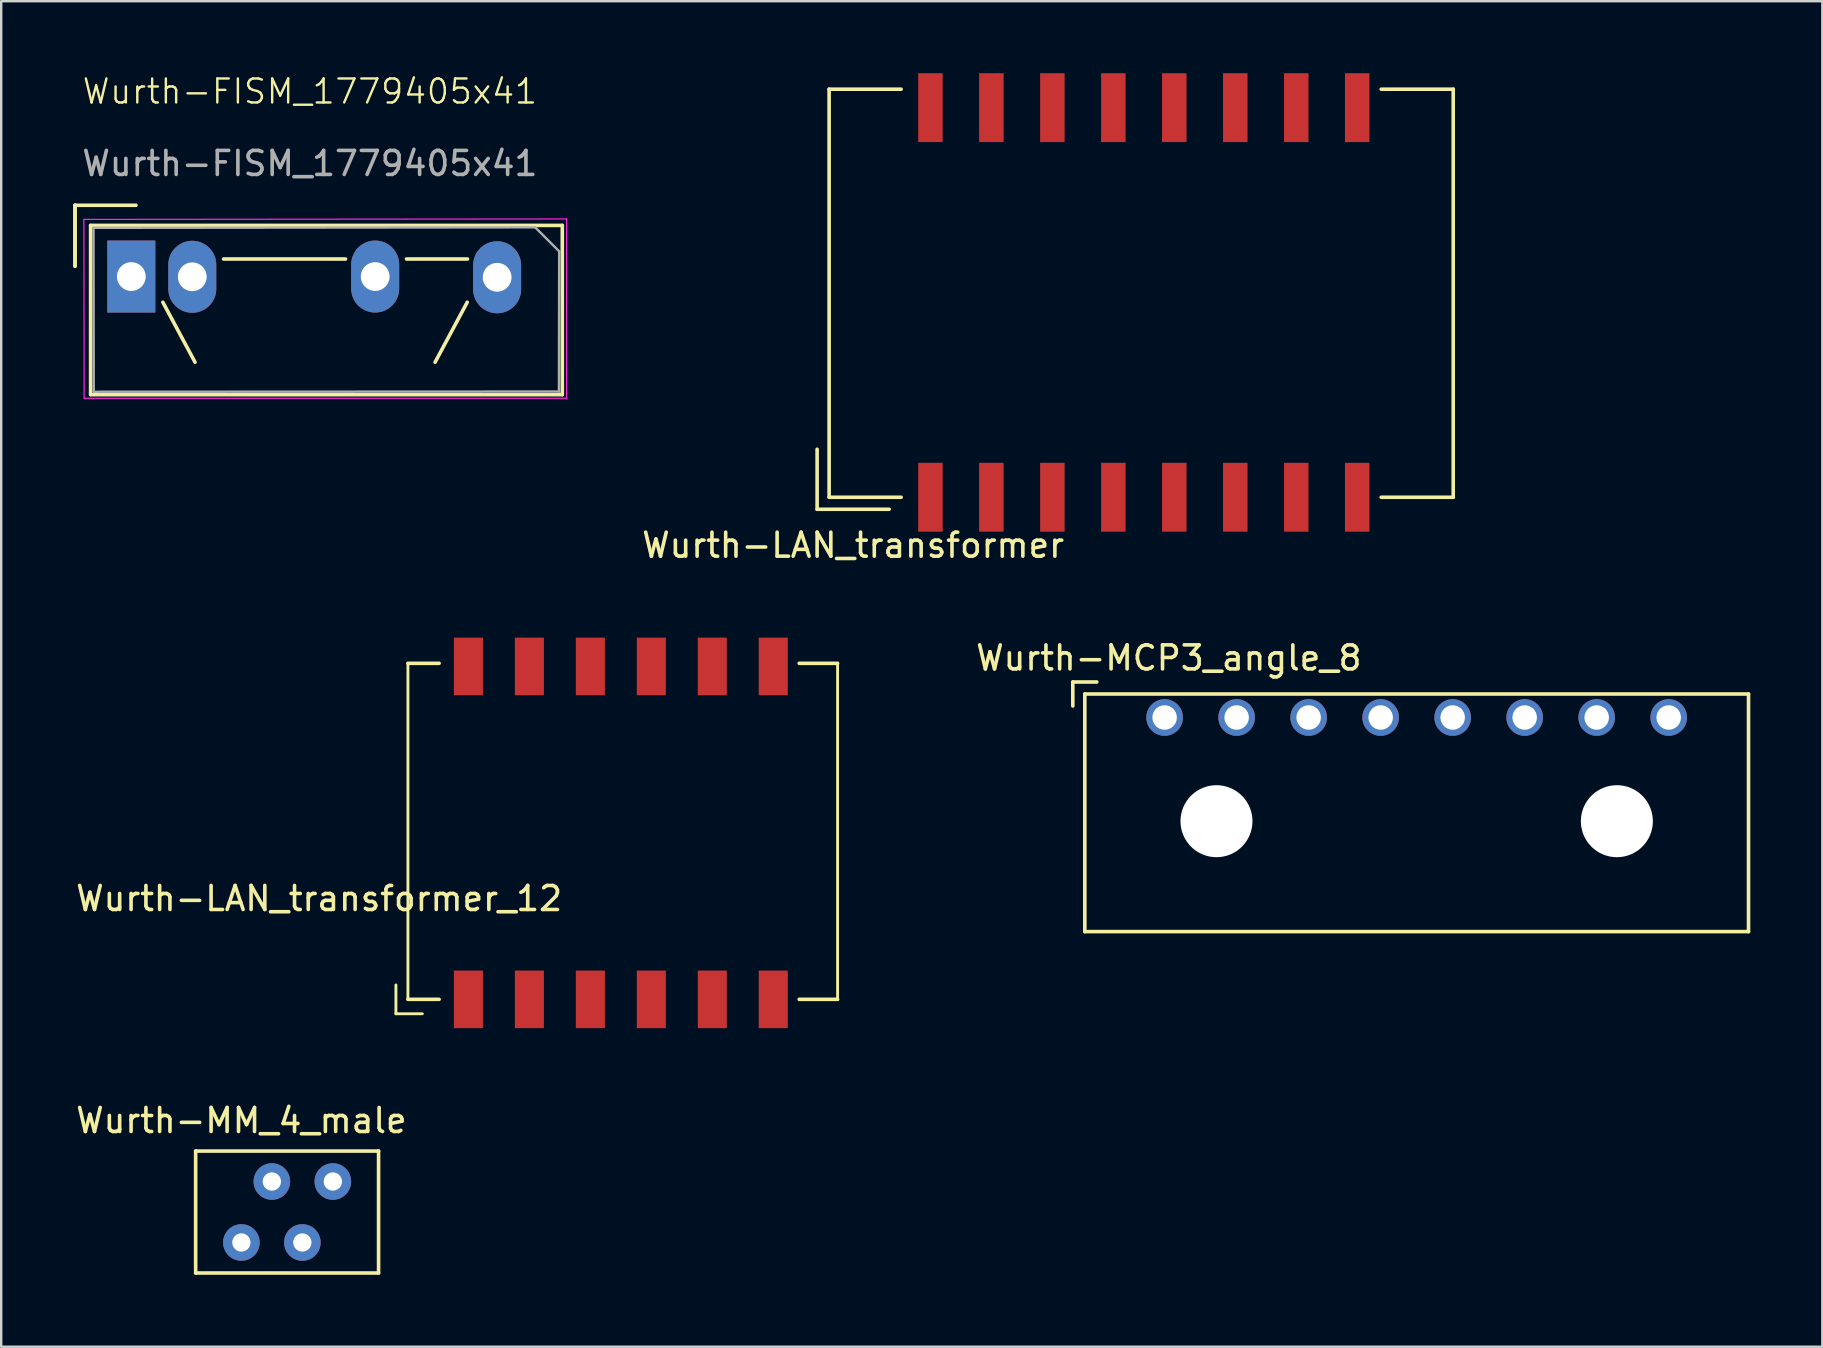
<source format=kicad_pcb>
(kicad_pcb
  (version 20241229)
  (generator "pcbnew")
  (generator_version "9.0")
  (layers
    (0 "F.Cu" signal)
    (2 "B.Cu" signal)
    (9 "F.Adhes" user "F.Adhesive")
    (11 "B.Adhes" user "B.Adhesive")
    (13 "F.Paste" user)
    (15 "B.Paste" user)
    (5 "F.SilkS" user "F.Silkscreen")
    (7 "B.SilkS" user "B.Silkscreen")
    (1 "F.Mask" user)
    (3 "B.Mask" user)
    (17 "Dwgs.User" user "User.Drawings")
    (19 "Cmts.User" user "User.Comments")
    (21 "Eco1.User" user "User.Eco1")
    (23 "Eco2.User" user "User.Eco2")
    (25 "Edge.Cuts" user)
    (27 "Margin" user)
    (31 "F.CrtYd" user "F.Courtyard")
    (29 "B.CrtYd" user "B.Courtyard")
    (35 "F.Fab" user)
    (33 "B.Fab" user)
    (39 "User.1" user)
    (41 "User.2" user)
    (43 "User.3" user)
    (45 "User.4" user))
  (footprint "Wurth-FISM_1779405x41"
    (layer "F.Cu")
    (at 9.885 8.991)
    (property "Reference" "Wurth-FISM_1779405x41" (at -0.025 -8.23 0) (unlocked yes) (layer "F.SilkS") (effects (font (size 1 1) (thickness 0.1))))
    (attr smd)
    (fp_line (start -9.81 -3.49) (end -9.81 -0.95) (stroke (width 0.15) (type solid)) (layer "F.SilkS"))
    (fp_line (start -9.81 -3.49) (end -7.27 -3.49) (stroke (width 0.15) (type solid)) (layer "F.SilkS"))
    (fp_line (start -9.81 -0.95) (end -9.81 -3.49) (stroke (width 0.15) (type solid)) (layer "F.SilkS"))
    (fp_line (start -9.16 -2.65) (end -9.16 4.4) (stroke (width 0.15) (type solid)) (layer "F.SilkS"))
    (fp_line (start -9.16 4.4) (end 10.49 4.4) (stroke (width 0.15) (type solid)) (layer "F.SilkS"))
    (fp_line (start -4.81 3.05) (end -6.15 0.55) (stroke (width 0.15) (type solid)) (layer "F.SilkS"))
    (fp_line (start 1.46 -1.25) (end -3.62 -1.25) (stroke (width 0.15) (type solid)) (layer "F.SilkS"))
    (fp_line (start 5.19 3.05) (end 6.53 0.55) (stroke (width 0.15) (type solid)) (layer "F.SilkS"))
    (fp_line (start 6.54 -1.25) (end 4 -1.25) (stroke (width 0.15) (type solid)) (layer "F.SilkS"))
    (fp_line (start 10.49 -2.65) (end -9.16 -2.65) (stroke (width 0.15) (type solid)) (layer "F.SilkS"))
    (fp_line (start 10.49 4.4) (end 10.49 -2.65) (stroke (width 0.15) (type solid)) (layer "F.SilkS"))
    (fp_line (start -9.44 -2.9) (end -9.43 4.55) (stroke (width 0.05) (type solid)) (layer "F.CrtYd"))
    (fp_line (start -9.43 4.55) (end 10.67 4.55) (stroke (width 0.05) (type solid)) (layer "F.CrtYd"))
    (fp_line (start 10.67 -2.92) (end -9.44 -2.9) (stroke (width 0.05) (type solid)) (layer "F.CrtYd"))
    (fp_line (start 10.67 4.55) (end 10.67 -2.92) (stroke (width 0.05) (type solid)) (layer "F.CrtYd"))
    (fp_line (start -9.04 -2.55) (end 9.36 -2.57) (stroke (width 0.1) (type solid)) (layer "F.Fab"))
    (fp_line (start -9.03 4.28) (end -9.04 -2.55) (stroke (width 0.1) (type solid)) (layer "F.Fab"))
    (fp_line (start 9.36 -2.57) (end 10.36 -1.57) (stroke (width 0.1) (type solid)) (layer "F.Fab"))
    (fp_line (start 10.35 4.27) (end -9.03 4.28) (stroke (width 0.1) (type solid)) (layer "F.Fab"))
    (fp_line (start 10.36 -1.56) (end 10.35 4.27) (stroke (width 0.1) (type solid)) (layer "F.Fab"))
    (fp_text user "${REFERENCE}" (at -0.025 -5.23 0) (unlocked yes) (layer "F.Fab") (effects (font (size 1 1) (thickness 0.15))))
    (pad "1" thru_hole rect (at -7.465 -0.52) (size 2 3) (drill 1.2) (layers "*.Cu" "*.Mask"))
    (pad "2" thru_hole oval (at -4.925 -0.51) (size 2 3) (drill 1.2) (layers "*.Cu" "*.Mask"))
    (pad "3" thru_hole oval (at 2.695 -0.52) (size 2 3) (drill 1.2) (layers "*.Cu" "*.Mask"))
    (pad "4" thru_hole oval (at 7.775 -0.49) (size 2 3) (drill 1.2) (layers "*.Cu" "*.Mask")))
  (footprint "Wurth-MCP3_angle_8"
    (layer "F.Cu")
    (at 42.143 25.861)
    (property "Reference" "Wurth-MCP3_angle_8" (at 3.5 -1.5 0) (layer "F.SilkS") (effects (font (size 1 1) (thickness 0.15))))
    (attr through_hole)
    (fp_line (start -0.5 -0.5) (end -0.5 0.5) (stroke (width 0.15) (type solid)) (layer "F.SilkS"))
    (fp_line (start 0 0) (end 27.65 0) (stroke (width 0.15) (type solid)) (layer "F.SilkS"))
    (fp_line (start 0 9.9) (end 0 0) (stroke (width 0.15) (type solid)) (layer "F.SilkS"))
    (fp_line (start 0.5 -0.5) (end -0.5 -0.5) (stroke (width 0.15) (type solid)) (layer "F.SilkS"))
    (fp_line (start 27.65 9.9) (end 0 9.9) (stroke (width 0.15) (type solid)) (layer "F.SilkS"))
    (fp_line (start 27.65 9.9) (end 27.65 0) (stroke (width 0.15) (type solid)) (layer "F.SilkS"))
    (pad "" np_thru_hole circle (at 5.485 5.3) (size 3 3) (drill 3) (layers "*.Cu" "*.Mask"))
    (pad "" np_thru_hole circle (at 22.165 5.3) (size 3 3) (drill 3) (layers "*.Cu" "*.Mask"))
    (pad "1" thru_hole circle (at 3.325 0.98) (size 1.524 1.524) (drill 1.02) (layers "*.Cu" "*.Mask"))
    (pad "2" thru_hole circle (at 6.325 0.98) (size 1.524 1.524) (drill 1.02) (layers "*.Cu" "*.Mask"))
    (pad "3" thru_hole circle (at 9.325 0.98) (size 1.524 1.524) (drill 1.02) (layers "*.Cu" "*.Mask"))
    (pad "4" thru_hole circle (at 12.325 0.98) (size 1.524 1.524) (drill 1.02) (layers "*.Cu" "*.Mask"))
    (pad "5" thru_hole circle (at 15.325 0.98) (size 1.524 1.524) (drill 1.02) (layers "*.Cu" "*.Mask"))
    (pad "6" thru_hole circle (at 18.325 0.98) (size 1.524 1.524) (drill 1.02) (layers "*.Cu" "*.Mask"))
    (pad "7" thru_hole circle (at 21.325 0.98) (size 1.524 1.524) (drill 1.02) (layers "*.Cu" "*.Mask"))
    (pad "8" thru_hole circle (at 24.325 0.98) (size 1.524 1.524) (drill 1.02) (layers "*.Cu" "*.Mask")))
  (footprint "Wurth-LAN_transformer_12"
    (layer "F.Cu")
    (at 34.244 38.583)
    (property "Reference" "Wurth-LAN_transformer_12" (at -24 -4.2 0) (layer "F.SilkS") (effects (font (size 1 1) (thickness 0.15))))
    (attr through_hole)
    (fp_line (start -20.8 0.6) (end -20.8 -0.6) (stroke (width 0.12) (type solid)) (layer "F.SilkS"))
    (fp_line (start -20.3 -14) (end -20.3 0) (stroke (width 0.12) (type solid)) (layer "F.SilkS"))
    (fp_line (start -19.7 0.6) (end -20.8 0.6) (stroke (width 0.12) (type solid)) (layer "F.SilkS"))
    (fp_line (start -19 -14) (end -20.3 -14) (stroke (width 0.15) (type solid)) (layer "F.SilkS"))
    (fp_line (start -19 0) (end -20.3 0) (stroke (width 0.15) (type solid)) (layer "F.SilkS"))
    (fp_line (start -4 -14) (end -2.4 -14) (stroke (width 0.15) (type solid)) (layer "F.SilkS"))
    (fp_line (start -4 0) (end -2.4 0) (stroke (width 0.15) (type solid)) (layer "F.SilkS"))
    (fp_line (start -2.4 -14) (end -2.4 0) (stroke (width 0.12) (type solid)) (layer "F.SilkS"))
    (pad "1" smd rect (at -17.78 0) (size 1.21 2.4) (layers "F.Cu" "F.Mask" "F.Paste"))
    (pad "2" smd rect (at -15.24 0) (size 1.21 2.4) (layers "F.Cu" "F.Mask" "F.Paste"))
    (pad "3" smd rect (at -12.7 0) (size 1.21 2.4) (layers "F.Cu" "F.Mask" "F.Paste"))
    (pad "4" smd rect (at -10.16 0) (size 1.21 2.4) (layers "F.Cu" "F.Mask" "F.Paste"))
    (pad "5" smd rect (at -7.62 0) (size 1.21 2.4) (layers "F.Cu" "F.Mask" "F.Paste"))
    (pad "6" smd rect (at -5.08 0) (size 1.21 2.4) (layers "F.Cu" "F.Mask" "F.Paste"))
    (pad "7" smd rect (at -5.08 -13.87) (size 1.21 2.4) (layers "F.Cu" "F.Mask" "F.Paste"))
    (pad "8" smd rect (at -7.62 -13.87) (size 1.21 2.4) (layers "F.Cu" "F.Mask" "F.Paste"))
    (pad "9" smd rect (at -10.16 -13.87) (size 1.21 2.4) (layers "F.Cu" "F.Mask" "F.Paste"))
    (pad "10" smd rect (at -12.7 -13.87) (size 1.21 2.4) (layers "F.Cu" "F.Mask" "F.Paste"))
    (pad "11" smd rect (at -15.24 -13.87) (size 1.21 2.4) (layers "F.Cu" "F.Mask" "F.Paste"))
    (pad "12" smd rect (at -17.78 -13.87) (size 1.21 2.4) (layers "F.Cu" "F.Mask" "F.Paste")))
  (footprint "Wurth-LAN_transformer"
    (layer "F.Cu")
    (at 53.491 17.665)
    (property "Reference" "Wurth-LAN_transformer" (at -21 2 0) (layer "F.SilkS") (effects (font (size 1 1) (thickness 0.15))))
    (attr through_hole)
    (fp_line (start -22.5 0.5) (end -22.5 -2) (stroke (width 0.15) (type solid)) (layer "F.SilkS"))
    (fp_line (start -22 0) (end -22 -17) (stroke (width 0.15) (type solid)) (layer "F.SilkS"))
    (fp_line (start -19.5 0.5) (end -22.5 0.5) (stroke (width 0.15) (type solid)) (layer "F.SilkS"))
    (fp_line (start -19 -17) (end -22 -17) (stroke (width 0.15) (type solid)) (layer "F.SilkS"))
    (fp_line (start -19 0) (end -22 0) (stroke (width 0.15) (type solid)) (layer "F.SilkS"))
    (fp_line (start 1 -17) (end 4 -17) (stroke (width 0.15) (type solid)) (layer "F.SilkS"))
    (fp_line (start 1 0) (end 4 0) (stroke (width 0.15) (type solid)) (layer "F.SilkS"))
    (fp_line (start 4 0) (end 4 -17) (stroke (width 0.15) (type solid)) (layer "F.SilkS"))
    (pad "1" smd rect (at -17.78 0) (size 1.02 2.87) (layers "F.Cu" "F.Mask" "F.Paste"))
    (pad "2" smd rect (at -15.24 0) (size 1.02 2.87) (layers "F.Cu" "F.Mask" "F.Paste"))
    (pad "3" smd rect (at -12.7 0) (size 1.02 2.87) (layers "F.Cu" "F.Mask" "F.Paste"))
    (pad "4" smd rect (at -10.16 0) (size 1.02 2.87) (layers "F.Cu" "F.Mask" "F.Paste"))
    (pad "5" smd rect (at -7.62 0) (size 1.02 2.87) (layers "F.Cu" "F.Mask" "F.Paste"))
    (pad "6" smd rect (at -5.08 0) (size 1.02 2.87) (layers "F.Cu" "F.Mask" "F.Paste"))
    (pad "7" smd rect (at -2.54 0) (size 1.02 2.87) (layers "F.Cu" "F.Mask" "F.Paste"))
    (pad "8" smd rect (at 0 0) (size 1.02 2.87) (layers "F.Cu" "F.Mask" "F.Paste"))
    (pad "9" smd rect (at 0 -16.23) (size 1.02 2.87) (layers "F.Cu" "F.Mask" "F.Paste"))
    (pad "10" smd rect (at -2.54 -16.23) (size 1.02 2.87) (layers "F.Cu" "F.Mask" "F.Paste"))
    (pad "11" smd rect (at -5.08 -16.23) (size 1.02 2.87) (layers "F.Cu" "F.Mask" "F.Paste"))
    (pad "12" smd rect (at -7.62 -16.23) (size 1.02 2.87) (layers "F.Cu" "F.Mask" "F.Paste"))
    (pad "13" smd rect (at -10.16 -16.23) (size 1.02 2.87) (layers "F.Cu" "F.Mask" "F.Paste"))
    (pad "14" smd rect (at -12.7 -16.23) (size 1.02 2.87) (layers "F.Cu" "F.Mask" "F.Paste"))
    (pad "15" smd rect (at -15.24 -16.23) (size 1.02 2.87) (layers "F.Cu" "F.Mask" "F.Paste"))
    (pad "16" smd rect (at -17.78 -16.23) (size 1.02 2.87) (layers "F.Cu" "F.Mask" "F.Paste")))
  (footprint "Wurth-MM_4_male"
    (layer "F.Cu")
    (at 10.816 46.172)
    (property "Reference" "Wurth-MM_4_male" (at -3.81 -2.54 0) (layer "F.SilkS") (effects (font (size 1 1) (thickness 0.15))))
    (attr through_hole)
    (fp_line (start -5.715 -1.27) (end 1.905 -1.27) (stroke (width 0.15) (type solid)) (layer "F.SilkS"))
    (fp_line (start -5.715 3.81) (end -5.715 -1.27) (stroke (width 0.15) (type solid)) (layer "F.SilkS"))
    (fp_line (start 1.905 -1.27) (end 1.905 3.81) (stroke (width 0.15) (type solid)) (layer "F.SilkS"))
    (fp_line (start 1.905 3.81) (end -5.715 3.81) (stroke (width 0.15) (type solid)) (layer "F.SilkS"))
    (pad "1" thru_hole circle (at 0 0) (size 1.524 1.524) (drill 0.762) (layers "*.Cu" "*.Mask"))
    (pad "2" thru_hole circle (at -1.27 2.54) (size 1.524 1.524) (drill 0.762) (layers "*.Cu" "*.Mask"))
    (pad "3" thru_hole circle (at -2.54 0) (size 1.524 1.524) (drill 0.762) (layers "*.Cu" "*.Mask"))
    (pad "4" thru_hole circle (at -3.81 2.54) (size 1.524 1.524) (drill 0.762) (layers "*.Cu" "*.Mask")))
  (gr_rect
    (start -3 -3)
    (end 72.868 53.056)
    (stroke (width 0.1) (type default))
    (fill no)
    (layer "Edge.Cuts")))
</source>
